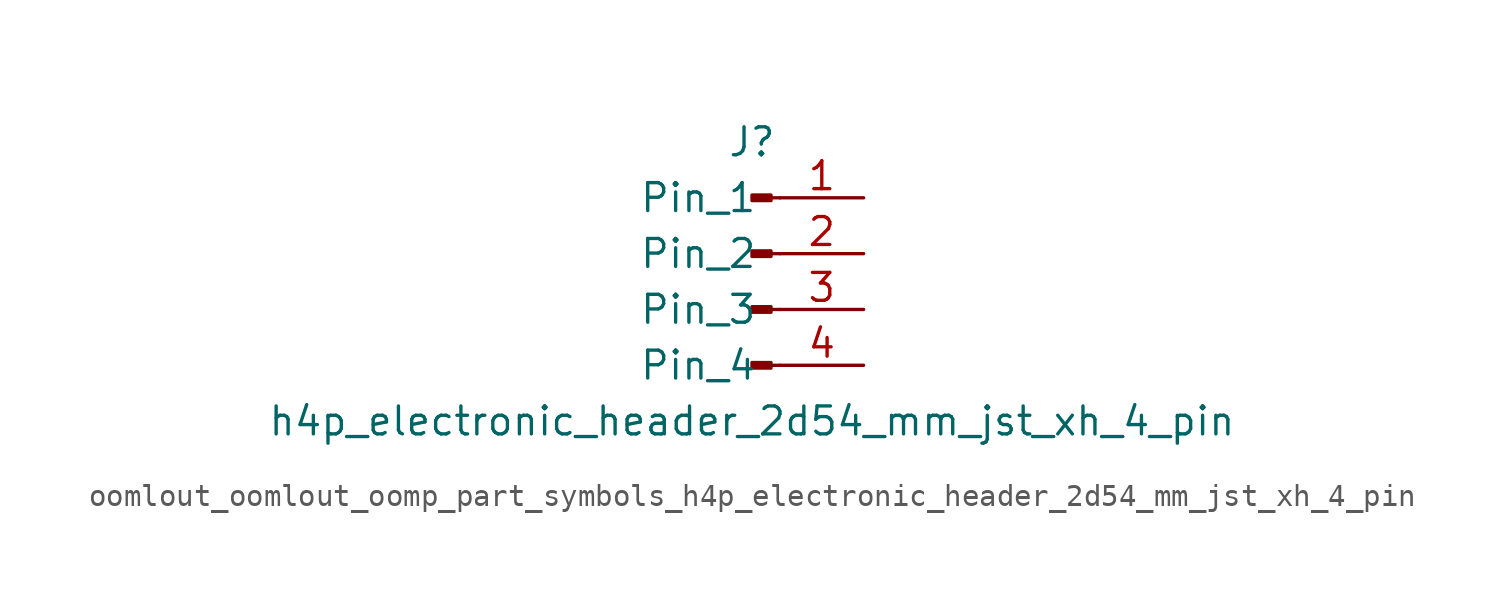
<source format=kicad_sym>
(kicad_symbol_lib
  (version 20220914)
  (generator kicad_symbol_editor)
  (symbol "oomlout_oomlout_oomp_part_symbols_h4p_electronic_header_2d54_mm_jst_xh_4_pin"
    (pin_names
      (offset 1.016))
    (property "Reference" "J"
      (at 0 5.08 0)
      (effects (font (size 1.27 1.27))))
    (property "Value" "h4p_electronic_header_2d54_mm_jst_xh_4_pin"
      (at 0 -7.62 0)
      (effects (font (size 1.27 1.27))))
    (property "ki_locked" ""
      (at 0 0 0)
      (effects (font (size 1.27 1.27))))
    (symbol "oomlout_oomlout_oomp_part_symbols_h4p_electronic_header_2d54_mm_jst_xh_4_pin_1_1"
      (polyline (pts (xy 1.27 -5.08) (xy 0.864 -5.08)) (stroke (width 0.152) (type default)) (fill (type none)))
      (polyline (pts (xy 1.27 -2.54) (xy 0.864 -2.54)) (stroke (width 0.152) (type default)) (fill (type none)))
      (polyline (pts (xy 1.27 0) (xy 0.864 0)) (stroke (width 0.152) (type default)) (fill (type none)))
      (polyline (pts (xy 1.27 2.54) (xy 0.864 2.54)) (stroke (width 0.152) (type default)) (fill (type none)))
      (rectangle (start 0.864 -4.953) (end 0 -5.207) (stroke (width 0.152) (type default)) (fill (type outline)))
      (rectangle (start 0.864 -2.413) (end 0 -2.667) (stroke (width 0.152) (type default)) (fill (type outline)))
      (rectangle (start 0.864 0.127) (end 0 -0.127) (stroke (width 0.152) (type default)) (fill (type outline)))
      (rectangle (start 0.864 2.667) (end 0 2.413) (stroke (width 0.152) (type default)) (fill (type outline)))
      (pin passive line (at 5.08 2.54 180) (length 3.81) (name "Pin_1" (effects (font (size 1.27 1.27)))) (number "1" (effects (font (size 1.27 1.27)))))
      (pin passive line (at 5.08 0 180) (length 3.81) (name "Pin_2" (effects (font (size 1.27 1.27)))) (number "2" (effects (font (size 1.27 1.27)))))
      (pin passive line (at 5.08 -2.54 180) (length 3.81) (name "Pin_3" (effects (font (size 1.27 1.27)))) (number "3" (effects (font (size 1.27 1.27)))))
      (pin passive line (at 5.08 -5.08 180) (length 3.81) (name "Pin_4" (effects (font (size 1.27 1.27)))) (number "4" (effects (font (size 1.27 1.27))))))))
</source>
